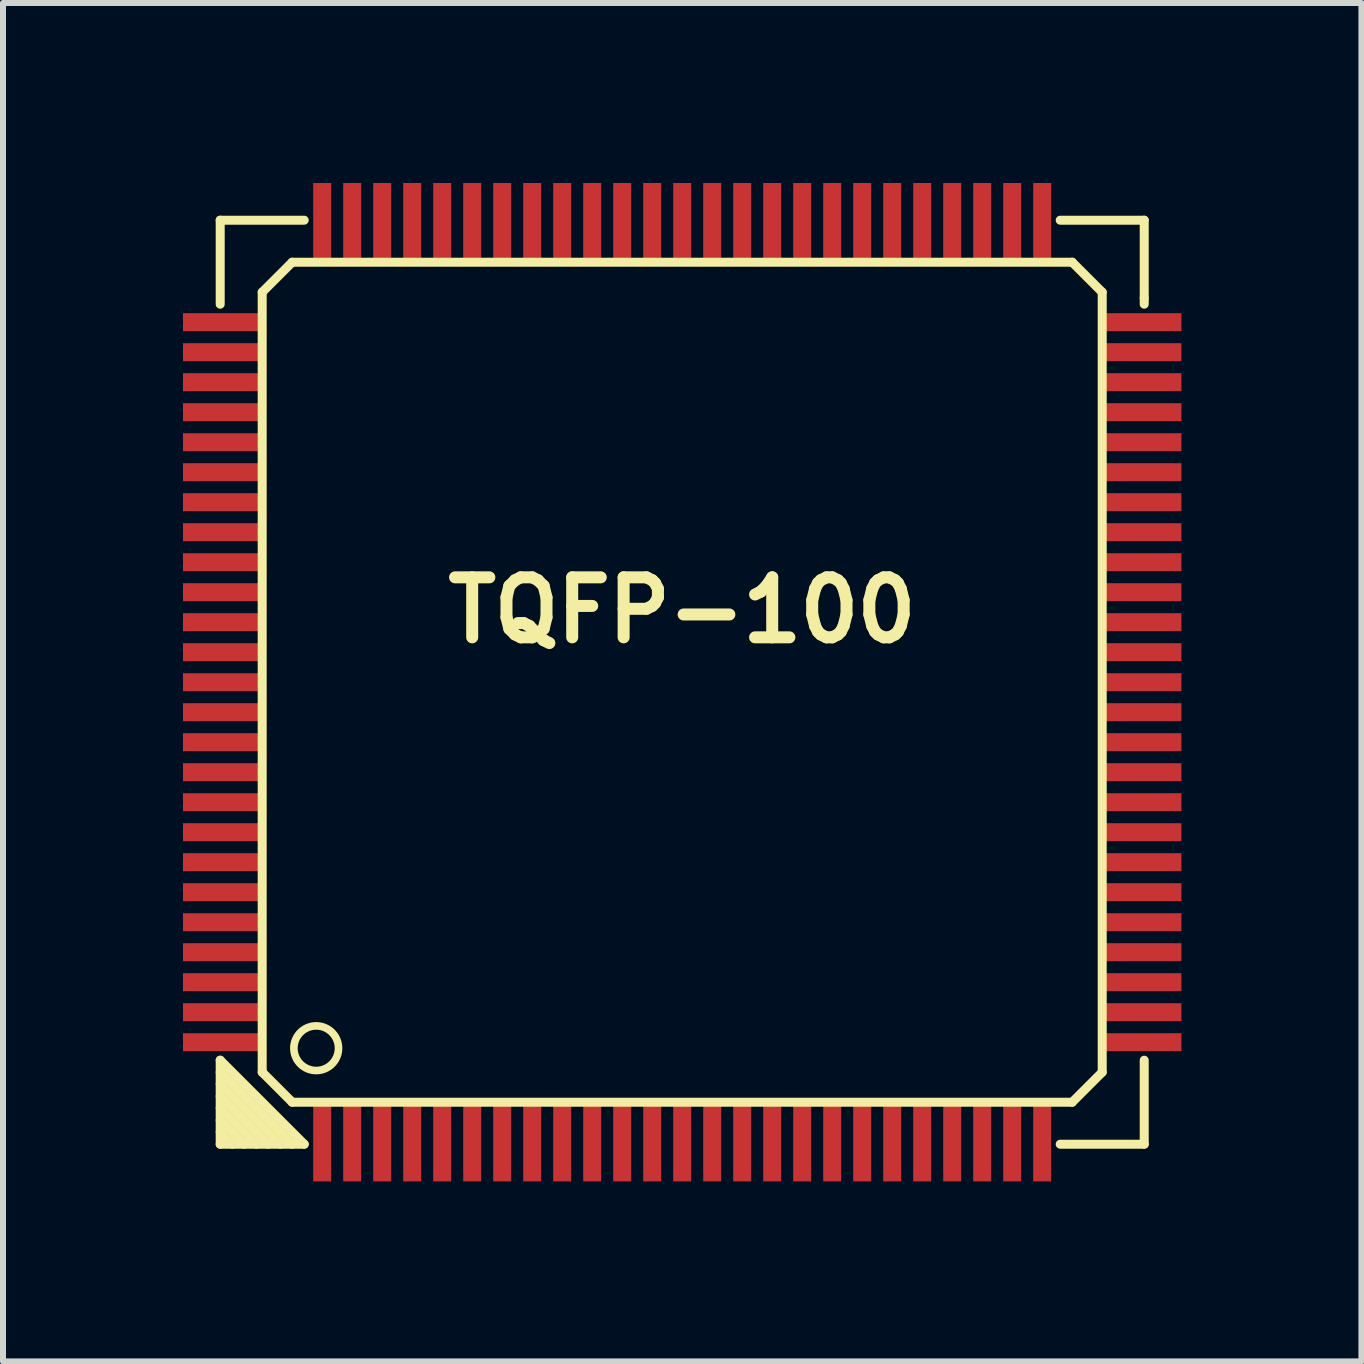
<source format=kicad_pcb>
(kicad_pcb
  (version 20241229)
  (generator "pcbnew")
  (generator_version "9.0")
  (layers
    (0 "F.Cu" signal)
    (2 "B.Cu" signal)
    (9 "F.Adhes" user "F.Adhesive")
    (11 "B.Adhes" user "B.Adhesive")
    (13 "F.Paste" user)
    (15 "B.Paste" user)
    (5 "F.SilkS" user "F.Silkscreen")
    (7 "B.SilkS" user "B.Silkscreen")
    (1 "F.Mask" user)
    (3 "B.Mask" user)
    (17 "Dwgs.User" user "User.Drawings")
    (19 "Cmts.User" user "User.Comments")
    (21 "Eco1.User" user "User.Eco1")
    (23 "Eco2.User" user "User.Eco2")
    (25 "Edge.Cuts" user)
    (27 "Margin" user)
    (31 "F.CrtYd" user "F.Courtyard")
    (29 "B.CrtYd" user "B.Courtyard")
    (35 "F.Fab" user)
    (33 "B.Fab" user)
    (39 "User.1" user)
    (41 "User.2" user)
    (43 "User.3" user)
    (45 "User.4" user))
  (footprint "TQFP-100"
    (layer "F.Cu")
    (at 8.32 8.32)
    (property "Reference" "TQFP-100" (at 0 -1.2 0) (layer "F.SilkS") (effects (font (size 1 1) (thickness 0.2))))
    (attr through_hole)
    (fp_line (start -7.7 -7.7) (end -6.3 -7.7) (stroke (width 0.15) (type solid)) (layer "F.SilkS"))
    (fp_line (start -7.7 -6.3) (end -7.7 -7.7) (stroke (width 0.15) (type solid)) (layer "F.SilkS"))
    (fp_line (start -7.7 6.3) (end -6.3 7.7) (stroke (width 0.15) (type solid)) (layer "F.SilkS"))
    (fp_line (start -7.7 6.7) (end -6.7 7.7) (stroke (width 0.15) (type solid)) (layer "F.SilkS"))
    (fp_line (start -7.7 7.1) (end -7.1 7.7) (stroke (width 0.15) (type solid)) (layer "F.SilkS"))
    (fp_line (start -7.7 7.5) (end -7.5 7.7) (stroke (width 0.15) (type solid)) (layer "F.SilkS"))
    (fp_line (start -7.7 7.7) (end -7.7 6.3) (stroke (width 0.15) (type solid)) (layer "F.SilkS"))
    (fp_line (start -7.3 7.7) (end -7.7 7.3) (stroke (width 0.15) (type solid)) (layer "F.SilkS"))
    (fp_line (start -7 -6.5) (end -6.5 -7) (stroke (width 0.15) (type solid)) (layer "F.SilkS"))
    (fp_line (start -7 6.5) (end -7 -6.5) (stroke (width 0.15) (type solid)) (layer "F.SilkS"))
    (fp_line (start -6.9 7.7) (end -7.7 6.9) (stroke (width 0.15) (type solid)) (layer "F.SilkS"))
    (fp_line (start -6.5 -7) (end 6.5 -7) (stroke (width 0.15) (type solid)) (layer "F.SilkS"))
    (fp_line (start -6.5 7) (end -7 6.5) (stroke (width 0.15) (type solid)) (layer "F.SilkS"))
    (fp_line (start -6.5 7.7) (end -7.7 6.5) (stroke (width 0.15) (type solid)) (layer "F.SilkS"))
    (fp_line (start -6.3 7.7) (end -7.7 7.7) (stroke (width 0.15) (type solid)) (layer "F.SilkS"))
    (fp_line (start 6.3 -7.7) (end 7.7 -7.7) (stroke (width 0.15) (type solid)) (layer "F.SilkS"))
    (fp_line (start 6.5 -7) (end 7 -6.5) (stroke (width 0.15) (type solid)) (layer "F.SilkS"))
    (fp_line (start 6.5 7) (end -6.5 7) (stroke (width 0.15) (type solid)) (layer "F.SilkS"))
    (fp_line (start 7 -6.5) (end 7 6.5) (stroke (width 0.15) (type solid)) (layer "F.SilkS"))
    (fp_line (start 7 6.5) (end 6.5 7) (stroke (width 0.15) (type solid)) (layer "F.SilkS"))
    (fp_line (start 7.7 -7.7) (end 7.7 -6.4) (stroke (width 0.15) (type solid)) (layer "F.SilkS"))
    (fp_line (start 7.7 -6.4) (end 7.7 -6.3) (stroke (width 0.15) (type solid)) (layer "F.SilkS"))
    (fp_line (start 7.7 6.3) (end 7.7 7.7) (stroke (width 0.15) (type solid)) (layer "F.SilkS"))
    (fp_line (start 7.7 7.7) (end 6.3 7.7) (stroke (width 0.15) (type solid)) (layer "F.SilkS"))
    (fp_circle (center -6.1 6.1) (end -6.32 6.4) (stroke (width 0.127) (type solid)) (fill no) (layer "F.SilkS"))
    (pad "1" smd rect (at -6 7.67) (size 0.3 1.3) (layers "F.Cu" "F.Mask" "F.Paste"))
    (pad "2" smd rect (at -5.5 7.67) (size 0.3 1.3) (layers "F.Cu" "F.Mask" "F.Paste"))
    (pad "3" smd rect (at -5 7.67) (size 0.3 1.3) (layers "F.Cu" "F.Mask" "F.Paste"))
    (pad "4" smd rect (at -4.5 7.67) (size 0.3 1.3) (layers "F.Cu" "F.Mask" "F.Paste"))
    (pad "5" smd rect (at -4 7.67) (size 0.3 1.3) (layers "F.Cu" "F.Mask" "F.Paste"))
    (pad "6" smd rect (at -3.5 7.67) (size 0.3 1.3) (layers "F.Cu" "F.Mask" "F.Paste"))
    (pad "7" smd rect (at -3 7.67) (size 0.3 1.3) (layers "F.Cu" "F.Mask" "F.Paste"))
    (pad "8" smd rect (at -2.5 7.67) (size 0.3 1.3) (layers "F.Cu" "F.Mask" "F.Paste"))
    (pad "9" smd rect (at -2 7.67) (size 0.3 1.3) (layers "F.Cu" "F.Mask" "F.Paste"))
    (pad "10" smd rect (at -1.5 7.67) (size 0.3 1.3) (layers "F.Cu" "F.Mask" "F.Paste"))
    (pad "11" smd rect (at -1 7.67) (size 0.3 1.3) (layers "F.Cu" "F.Mask" "F.Paste"))
    (pad "12" smd rect (at -0.5 7.67) (size 0.3 1.3) (layers "F.Cu" "F.Mask" "F.Paste"))
    (pad "13" smd rect (at 0 7.67) (size 0.3 1.3) (layers "F.Cu" "F.Mask" "F.Paste"))
    (pad "14" smd rect (at 0.5 7.67) (size 0.3 1.3) (layers "F.Cu" "F.Mask" "F.Paste"))
    (pad "15" smd rect (at 1 7.67) (size 0.3 1.3) (layers "F.Cu" "F.Mask" "F.Paste"))
    (pad "16" smd rect (at 1.5 7.67) (size 0.3 1.3) (layers "F.Cu" "F.Mask" "F.Paste"))
    (pad "17" smd rect (at 2 7.67) (size 0.3 1.3) (layers "F.Cu" "F.Mask" "F.Paste"))
    (pad "18" smd rect (at 2.5 7.67) (size 0.3 1.3) (layers "F.Cu" "F.Mask" "F.Paste"))
    (pad "19" smd rect (at 3 7.67) (size 0.3 1.3) (layers "F.Cu" "F.Mask" "F.Paste"))
    (pad "20" smd rect (at 3.5 7.67) (size 0.3 1.3) (layers "F.Cu" "F.Mask" "F.Paste"))
    (pad "21" smd rect (at 4 7.67) (size 0.3 1.3) (layers "F.Cu" "F.Mask" "F.Paste"))
    (pad "22" smd rect (at 4.5 7.67) (size 0.3 1.3) (layers "F.Cu" "F.Mask" "F.Paste"))
    (pad "23" smd rect (at 5 7.67) (size 0.3 1.3) (layers "F.Cu" "F.Mask" "F.Paste"))
    (pad "24" smd rect (at 5.5 7.67) (size 0.3 1.3) (layers "F.Cu" "F.Mask" "F.Paste"))
    (pad "25" smd rect (at 6 7.67) (size 0.3 1.3) (layers "F.Cu" "F.Mask" "F.Paste"))
    (pad "26" smd rect (at 7.67 6) (size 1.3 0.3) (layers "F.Cu" "F.Mask" "F.Paste"))
    (pad "27" smd rect (at 7.67 5.5) (size 1.3 0.3) (layers "F.Cu" "F.Mask" "F.Paste"))
    (pad "28" smd rect (at 7.67 5) (size 1.3 0.3) (layers "F.Cu" "F.Mask" "F.Paste"))
    (pad "29" smd rect (at 7.67 4.5) (size 1.3 0.3) (layers "F.Cu" "F.Mask" "F.Paste"))
    (pad "30" smd rect (at 7.67 4) (size 1.3 0.3) (layers "F.Cu" "F.Mask" "F.Paste"))
    (pad "31" smd rect (at 7.67 3.5) (size 1.3 0.3) (layers "F.Cu" "F.Mask" "F.Paste"))
    (pad "32" smd rect (at 7.67 3) (size 1.3 0.3) (layers "F.Cu" "F.Mask" "F.Paste"))
    (pad "33" smd rect (at 7.67 2.5) (size 1.3 0.3) (layers "F.Cu" "F.Mask" "F.Paste"))
    (pad "34" smd rect (at 7.67 2) (size 1.3 0.3) (layers "F.Cu" "F.Mask" "F.Paste"))
    (pad "35" smd rect (at 7.67 1.5) (size 1.3 0.3) (layers "F.Cu" "F.Mask" "F.Paste"))
    (pad "36" smd rect (at 7.67 1) (size 1.3 0.3) (layers "F.Cu" "F.Mask" "F.Paste"))
    (pad "37" smd rect (at 7.67 0.5) (size 1.3 0.3) (layers "F.Cu" "F.Mask" "F.Paste"))
    (pad "38" smd rect (at 7.67 0) (size 1.3 0.3) (layers "F.Cu" "F.Mask" "F.Paste"))
    (pad "39" smd rect (at 7.67 -0.5) (size 1.3 0.3) (layers "F.Cu" "F.Mask" "F.Paste"))
    (pad "40" smd rect (at 7.67 -1) (size 1.3 0.3) (layers "F.Cu" "F.Mask" "F.Paste"))
    (pad "41" smd rect (at 7.67 -1.5) (size 1.3 0.3) (layers "F.Cu" "F.Mask" "F.Paste"))
    (pad "42" smd rect (at 7.67 -2) (size 1.3 0.3) (layers "F.Cu" "F.Mask" "F.Paste"))
    (pad "43" smd rect (at 7.67 -2.5) (size 1.3 0.3) (layers "F.Cu" "F.Mask" "F.Paste"))
    (pad "44" smd rect (at 7.67 -3) (size 1.3 0.3) (layers "F.Cu" "F.Mask" "F.Paste"))
    (pad "45" smd rect (at 7.67 -3.5) (size 1.3 0.3) (layers "F.Cu" "F.Mask" "F.Paste"))
    (pad "46" smd rect (at 7.67 -4) (size 1.3 0.3) (layers "F.Cu" "F.Mask" "F.Paste"))
    (pad "47" smd rect (at 7.67 -4.5) (size 1.3 0.3) (layers "F.Cu" "F.Mask" "F.Paste"))
    (pad "48" smd rect (at 7.67 -5) (size 1.3 0.3) (layers "F.Cu" "F.Mask" "F.Paste"))
    (pad "49" smd rect (at 7.67 -5.5) (size 1.3 0.3) (layers "F.Cu" "F.Mask" "F.Paste"))
    (pad "50" smd rect (at 7.67 -6) (size 1.3 0.3) (layers "F.Cu" "F.Mask" "F.Paste"))
    (pad "51" smd rect (at 6 -7.67) (size 0.3 1.3) (layers "F.Cu" "F.Mask" "F.Paste"))
    (pad "52" smd rect (at 5.5 -7.67) (size 0.3 1.3) (layers "F.Cu" "F.Mask" "F.Paste"))
    (pad "53" smd rect (at 5 -7.67) (size 0.3 1.3) (layers "F.Cu" "F.Mask" "F.Paste"))
    (pad "54" smd rect (at 4.5 -7.67) (size 0.3 1.3) (layers "F.Cu" "F.Mask" "F.Paste"))
    (pad "55" smd rect (at 4 -7.67) (size 0.3 1.3) (layers "F.Cu" "F.Mask" "F.Paste"))
    (pad "56" smd rect (at 3.5 -7.67) (size 0.3 1.3) (layers "F.Cu" "F.Mask" "F.Paste"))
    (pad "57" smd rect (at 3 -7.67) (size 0.3 1.3) (layers "F.Cu" "F.Mask" "F.Paste"))
    (pad "58" smd rect (at 2.5 -7.67) (size 0.3 1.3) (layers "F.Cu" "F.Mask" "F.Paste"))
    (pad "59" smd rect (at 2 -7.67) (size 0.3 1.3) (layers "F.Cu" "F.Mask" "F.Paste"))
    (pad "60" smd rect (at 1.5 -7.67) (size 0.3 1.3) (layers "F.Cu" "F.Mask" "F.Paste"))
    (pad "61" smd rect (at 1 -7.67) (size 0.3 1.3) (layers "F.Cu" "F.Mask" "F.Paste"))
    (pad "62" smd rect (at 0.5 -7.67) (size 0.3 1.3) (layers "F.Cu" "F.Mask" "F.Paste"))
    (pad "63" smd rect (at 0 -7.67) (size 0.3 1.3) (layers "F.Cu" "F.Mask" "F.Paste"))
    (pad "64" smd rect (at -0.5 -7.67) (size 0.3 1.3) (layers "F.Cu" "F.Mask" "F.Paste"))
    (pad "65" smd rect (at -1 -7.67) (size 0.3 1.3) (layers "F.Cu" "F.Mask" "F.Paste"))
    (pad "66" smd rect (at -1.5 -7.67) (size 0.3 1.3) (layers "F.Cu" "F.Mask" "F.Paste"))
    (pad "67" smd rect (at -2 -7.67) (size 0.3 1.3) (layers "F.Cu" "F.Mask" "F.Paste"))
    (pad "68" smd rect (at -2.5 -7.67) (size 0.3 1.3) (layers "F.Cu" "F.Mask" "F.Paste"))
    (pad "69" smd rect (at -3 -7.67) (size 0.3 1.3) (layers "F.Cu" "F.Mask" "F.Paste"))
    (pad "70" smd rect (at -3.5 -7.67) (size 0.3 1.3) (layers "F.Cu" "F.Mask" "F.Paste"))
    (pad "71" smd rect (at -4 -7.67) (size 0.3 1.3) (layers "F.Cu" "F.Mask" "F.Paste"))
    (pad "72" smd rect (at -4.5 -7.67) (size 0.3 1.3) (layers "F.Cu" "F.Mask" "F.Paste"))
    (pad "73" smd rect (at -5 -7.67) (size 0.3 1.3) (layers "F.Cu" "F.Mask" "F.Paste"))
    (pad "74" smd rect (at -5.5 -7.67) (size 0.3 1.3) (layers "F.Cu" "F.Mask" "F.Paste"))
    (pad "75" smd rect (at -6 -7.67) (size 0.3 1.3) (layers "F.Cu" "F.Mask" "F.Paste"))
    (pad "76" smd rect (at -7.67 -6) (size 1.3 0.3) (layers "F.Cu" "F.Mask" "F.Paste"))
    (pad "77" smd rect (at -7.67 -5.5) (size 1.3 0.3) (layers "F.Cu" "F.Mask" "F.Paste"))
    (pad "78" smd rect (at -7.67 -5) (size 1.3 0.3) (layers "F.Cu" "F.Mask" "F.Paste"))
    (pad "79" smd rect (at -7.67 -4.5) (size 1.3 0.3) (layers "F.Cu" "F.Mask" "F.Paste"))
    (pad "80" smd rect (at -7.67 -4) (size 1.3 0.3) (layers "F.Cu" "F.Mask" "F.Paste"))
    (pad "81" smd rect (at -7.67 -3.5) (size 1.3 0.3) (layers "F.Cu" "F.Mask" "F.Paste"))
    (pad "82" smd rect (at -7.67 -3) (size 1.3 0.3) (layers "F.Cu" "F.Mask" "F.Paste"))
    (pad "83" smd rect (at -7.67 -2.5) (size 1.3 0.3) (layers "F.Cu" "F.Mask" "F.Paste"))
    (pad "84" smd rect (at -7.67 -2) (size 1.3 0.3) (layers "F.Cu" "F.Mask" "F.Paste"))
    (pad "85" smd rect (at -7.67 -1.5) (size 1.3 0.3) (layers "F.Cu" "F.Mask" "F.Paste"))
    (pad "86" smd rect (at -7.67 -1) (size 1.3 0.3) (layers "F.Cu" "F.Mask" "F.Paste"))
    (pad "87" smd rect (at -7.67 -0.5) (size 1.3 0.3) (layers "F.Cu" "F.Mask" "F.Paste"))
    (pad "88" smd rect (at -7.67 0) (size 1.3 0.3) (layers "F.Cu" "F.Mask" "F.Paste"))
    (pad "89" smd rect (at -7.67 0.5) (size 1.3 0.3) (layers "F.Cu" "F.Mask" "F.Paste"))
    (pad "90" smd rect (at -7.67 1) (size 1.3 0.3) (layers "F.Cu" "F.Mask" "F.Paste"))
    (pad "91" smd rect (at -7.67 1.5) (size 1.3 0.3) (layers "F.Cu" "F.Mask" "F.Paste"))
    (pad "92" smd rect (at -7.67 2) (size 1.3 0.3) (layers "F.Cu" "F.Mask" "F.Paste"))
    (pad "93" smd rect (at -7.67 2.5) (size 1.3 0.3) (layers "F.Cu" "F.Mask" "F.Paste"))
    (pad "94" smd rect (at -7.67 3) (size 1.3 0.3) (layers "F.Cu" "F.Mask" "F.Paste"))
    (pad "95" smd rect (at -7.67 3.5) (size 1.3 0.3) (layers "F.Cu" "F.Mask" "F.Paste"))
    (pad "96" smd rect (at -7.67 4) (size 1.3 0.3) (layers "F.Cu" "F.Mask" "F.Paste"))
    (pad "97" smd rect (at -7.67 4.5) (size 1.3 0.3) (layers "F.Cu" "F.Mask" "F.Paste"))
    (pad "98" smd rect (at -7.67 5) (size 1.3 0.3) (layers "F.Cu" "F.Mask" "F.Paste"))
    (pad "99" smd rect (at -7.67 5.5) (size 1.3 0.3) (layers "F.Cu" "F.Mask" "F.Paste"))
    (pad "100" smd rect (at -7.67 6) (size 1.3 0.3) (layers "F.Cu" "F.Mask" "F.Paste")))
  (gr_rect
    (start -3 -3)
    (end 19.64 19.64)
    (stroke (width 0.1) (type default))
    (fill no)
    (layer "Edge.Cuts")))
</source>
